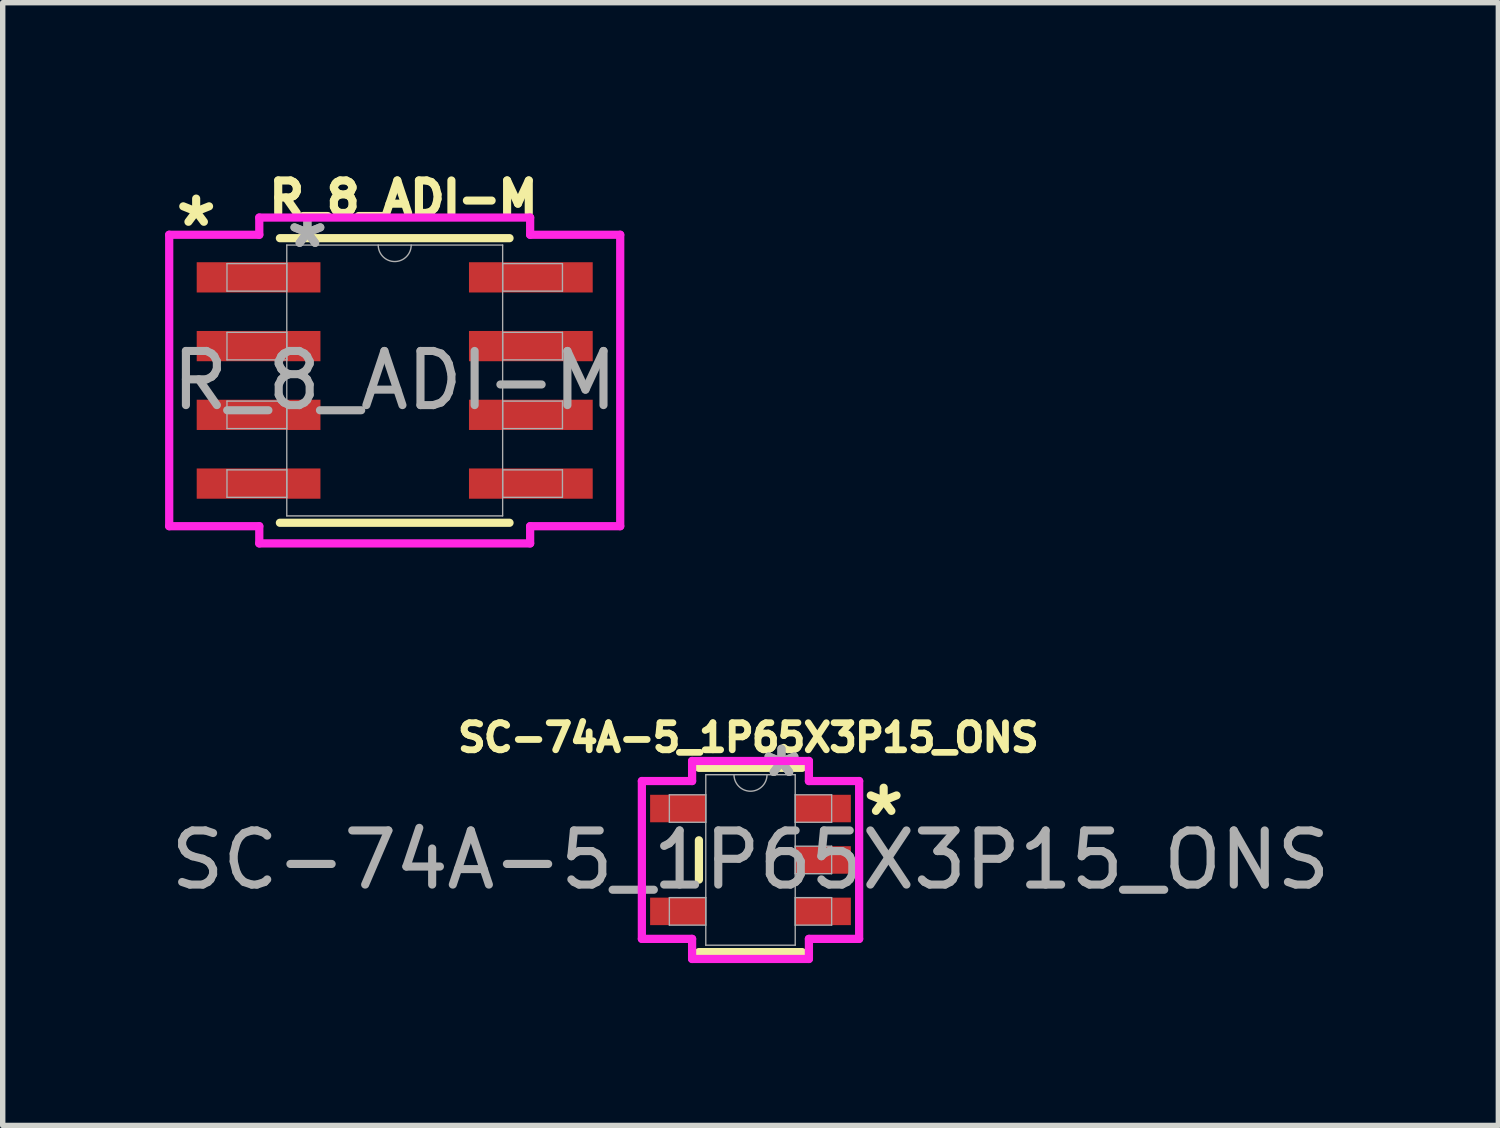
<source format=kicad_pcb>
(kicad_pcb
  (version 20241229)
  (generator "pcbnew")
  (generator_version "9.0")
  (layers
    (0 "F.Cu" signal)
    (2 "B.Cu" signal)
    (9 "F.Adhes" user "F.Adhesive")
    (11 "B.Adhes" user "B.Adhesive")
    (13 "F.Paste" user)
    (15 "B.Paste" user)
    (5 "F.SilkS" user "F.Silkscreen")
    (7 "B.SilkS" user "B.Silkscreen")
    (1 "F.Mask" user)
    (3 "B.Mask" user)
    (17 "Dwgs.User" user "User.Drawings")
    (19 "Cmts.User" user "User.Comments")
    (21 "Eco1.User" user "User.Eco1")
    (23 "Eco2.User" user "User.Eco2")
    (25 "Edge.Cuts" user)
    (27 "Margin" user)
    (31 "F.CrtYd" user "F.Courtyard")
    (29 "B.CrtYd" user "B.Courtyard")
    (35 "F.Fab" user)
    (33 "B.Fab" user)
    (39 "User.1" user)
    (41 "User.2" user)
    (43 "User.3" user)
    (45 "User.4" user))
  (footprint "R_8_ADI-M"
    (layer "F.Cu")
    (at 4.242 3.979)
    (property "Reference" "R_8_ADI-M" (at 0.162 -3.365 0) (unlocked yes) (layer "F.SilkS") (effects (font (size 0.6 0.6) (thickness 0.15))))
    (attr smd)
    (fp_line (start -2.121 2.629) (end 2.121 2.629) (stroke (width 0.152) (type solid)) (layer "F.SilkS"))
    (fp_line (start 2.121 -2.629) (end -2.121 -2.629) (stroke (width 0.152) (type solid)) (layer "F.SilkS"))
    (fp_line (start -4.166 -2.692) (end -2.502 -2.692) (stroke (width 0.152) (type solid)) (layer "F.CrtYd"))
    (fp_line (start -4.166 2.692) (end -4.166 -2.692) (stroke (width 0.152) (type solid)) (layer "F.CrtYd"))
    (fp_line (start -4.166 2.692) (end -2.502 2.692) (stroke (width 0.152) (type solid)) (layer "F.CrtYd"))
    (fp_line (start -2.502 -3.01) (end 2.502 -3.01) (stroke (width 0.152) (type solid)) (layer "F.CrtYd"))
    (fp_line (start -2.502 -2.692) (end -2.502 -3.01) (stroke (width 0.152) (type solid)) (layer "F.CrtYd"))
    (fp_line (start -2.502 3.01) (end -2.502 2.692) (stroke (width 0.152) (type solid)) (layer "F.CrtYd"))
    (fp_line (start 2.502 -3.01) (end 2.502 -2.692) (stroke (width 0.152) (type solid)) (layer "F.CrtYd"))
    (fp_line (start 2.502 2.692) (end 2.502 3.01) (stroke (width 0.152) (type solid)) (layer "F.CrtYd"))
    (fp_line (start 2.502 3.01) (end -2.502 3.01) (stroke (width 0.152) (type solid)) (layer "F.CrtYd"))
    (fp_line (start 4.166 -2.692) (end 2.502 -2.692) (stroke (width 0.152) (type solid)) (layer "F.CrtYd"))
    (fp_line (start 4.166 -2.692) (end 4.166 2.692) (stroke (width 0.152) (type solid)) (layer "F.CrtYd"))
    (fp_line (start 4.166 2.692) (end 2.502 2.692) (stroke (width 0.152) (type solid)) (layer "F.CrtYd"))
    (fp_line (start -3.099 -2.159) (end -3.099 -1.651) (stroke (width 0.025) (type solid)) (layer "F.Fab"))
    (fp_line (start -3.099 -1.651) (end -1.994 -1.651) (stroke (width 0.025) (type solid)) (layer "F.Fab"))
    (fp_line (start -3.099 -0.889) (end -3.099 -0.381) (stroke (width 0.025) (type solid)) (layer "F.Fab"))
    (fp_line (start -3.099 -0.381) (end -1.994 -0.381) (stroke (width 0.025) (type solid)) (layer "F.Fab"))
    (fp_line (start -3.099 0.381) (end -3.099 0.889) (stroke (width 0.025) (type solid)) (layer "F.Fab"))
    (fp_line (start -3.099 0.889) (end -1.994 0.889) (stroke (width 0.025) (type solid)) (layer "F.Fab"))
    (fp_line (start -3.099 1.651) (end -3.099 2.159) (stroke (width 0.025) (type solid)) (layer "F.Fab"))
    (fp_line (start -3.099 2.159) (end -1.994 2.159) (stroke (width 0.025) (type solid)) (layer "F.Fab"))
    (fp_line (start -1.994 -2.502) (end -1.994 2.502) (stroke (width 0.025) (type solid)) (layer "F.Fab"))
    (fp_line (start -1.994 -2.159) (end -3.099 -2.159) (stroke (width 0.025) (type solid)) (layer "F.Fab"))
    (fp_line (start -1.994 -1.651) (end -1.994 -2.159) (stroke (width 0.025) (type solid)) (layer "F.Fab"))
    (fp_line (start -1.994 -0.889) (end -3.099 -0.889) (stroke (width 0.025) (type solid)) (layer "F.Fab"))
    (fp_line (start -1.994 -0.381) (end -1.994 -0.889) (stroke (width 0.025) (type solid)) (layer "F.Fab"))
    (fp_line (start -1.994 0.381) (end -3.099 0.381) (stroke (width 0.025) (type solid)) (layer "F.Fab"))
    (fp_line (start -1.994 0.889) (end -1.994 0.381) (stroke (width 0.025) (type solid)) (layer "F.Fab"))
    (fp_line (start -1.994 1.651) (end -3.099 1.651) (stroke (width 0.025) (type solid)) (layer "F.Fab"))
    (fp_line (start -1.994 2.159) (end -1.994 1.651) (stroke (width 0.025) (type solid)) (layer "F.Fab"))
    (fp_line (start -1.994 2.502) (end 1.994 2.502) (stroke (width 0.025) (type solid)) (layer "F.Fab"))
    (fp_line (start 1.994 -2.502) (end -1.994 -2.502) (stroke (width 0.025) (type solid)) (layer "F.Fab"))
    (fp_line (start 1.994 -2.159) (end 1.994 -1.651) (stroke (width 0.025) (type solid)) (layer "F.Fab"))
    (fp_line (start 1.994 -1.651) (end 3.099 -1.651) (stroke (width 0.025) (type solid)) (layer "F.Fab"))
    (fp_line (start 1.994 -0.889) (end 1.994 -0.381) (stroke (width 0.025) (type solid)) (layer "F.Fab"))
    (fp_line (start 1.994 -0.381) (end 3.099 -0.381) (stroke (width 0.025) (type solid)) (layer "F.Fab"))
    (fp_line (start 1.994 0.381) (end 1.994 0.889) (stroke (width 0.025) (type solid)) (layer "F.Fab"))
    (fp_line (start 1.994 0.889) (end 3.099 0.889) (stroke (width 0.025) (type solid)) (layer "F.Fab"))
    (fp_line (start 1.994 1.651) (end 1.994 2.159) (stroke (width 0.025) (type solid)) (layer "F.Fab"))
    (fp_line (start 1.994 2.159) (end 3.099 2.159) (stroke (width 0.025) (type solid)) (layer "F.Fab"))
    (fp_line (start 1.994 2.502) (end 1.994 -2.502) (stroke (width 0.025) (type solid)) (layer "F.Fab"))
    (fp_line (start 3.099 -2.159) (end 1.994 -2.159) (stroke (width 0.025) (type solid)) (layer "F.Fab"))
    (fp_line (start 3.099 -1.651) (end 3.099 -2.159) (stroke (width 0.025) (type solid)) (layer "F.Fab"))
    (fp_line (start 3.099 -0.889) (end 1.994 -0.889) (stroke (width 0.025) (type solid)) (layer "F.Fab"))
    (fp_line (start 3.099 -0.381) (end 3.099 -0.889) (stroke (width 0.025) (type solid)) (layer "F.Fab"))
    (fp_line (start 3.099 0.381) (end 1.994 0.381) (stroke (width 0.025) (type solid)) (layer "F.Fab"))
    (fp_line (start 3.099 0.889) (end 3.099 0.381) (stroke (width 0.025) (type solid)) (layer "F.Fab"))
    (fp_line (start 3.099 1.651) (end 1.994 1.651) (stroke (width 0.025) (type solid)) (layer "F.Fab"))
    (fp_line (start 3.099 2.159) (end 3.099 1.651) (stroke (width 0.025) (type solid)) (layer "F.Fab"))
    (fp_arc (start 0.3048 -2.5019) (mid 0 -2.1971) (end -0.3048 -2.5019) (stroke (width 0.0254) (type solid)) (layer "F.Fab"))
    (fp_text user "*" (at -3.668 -2.815 0) (layer "F.SilkS") (effects (font (size 1 1) (thickness 0.15))))
    (fp_text user "${REFERENCE}" (at 0 0 0) (unlocked yes) (layer "F.Fab") (effects (font (size 1 1) (thickness 0.15))))
    (fp_text user "*" (at -1.613 -2.426 0) (layer "F.Fab") (effects (font (size 1 1) (thickness 0.15))))
    (fp_text user "*" (at -1.613 -2.426 0) (unlocked yes) (layer "F.Fab") (effects (font (size 1 1) (thickness 0.15))))
    (pad "1" smd rect (at -2.515 -1.905) (size 2.286 0.559) (layers "F.Cu" "F.Mask" "F.Paste"))
    (pad "2" smd rect (at -2.515 -0.635) (size 2.286 0.559) (layers "F.Cu" "F.Mask" "F.Paste"))
    (pad "3" smd rect (at -2.515 0.635) (size 2.286 0.559) (layers "F.Cu" "F.Mask" "F.Paste"))
    (pad "4" smd rect (at -2.515 1.905) (size 2.286 0.559) (layers "F.Cu" "F.Mask" "F.Paste"))
    (pad "5" smd rect (at 2.515 1.905) (size 2.286 0.559) (layers "F.Cu" "F.Mask" "F.Paste"))
    (pad "6" smd rect (at 2.515 0.635) (size 2.286 0.559) (layers "F.Cu" "F.Mask" "F.Paste"))
    (pad "7" smd rect (at 2.515 -0.635) (size 2.286 0.559) (layers "F.Cu" "F.Mask" "F.Paste"))
    (pad "8" smd rect (at 2.515 -1.905) (size 2.286 0.559) (layers "F.Cu" "F.Mask" "F.Paste")))
  (footprint "SC-74A-5_1P65X3P15_ONS"
    (layer "F.Cu")
    (at 10.815 12.837)
    (property "Reference" "SC-74A-5_1P65X3P15_ONS" (at -0.04 -2.26 0) (unlocked yes) (layer "F.SilkS") (effects (font (size 0.5 0.5) (thickness 0.125))))
    (attr smd)
    (fp_line (start -0.953 -1.702) (end 0.953 -1.702) (stroke (width 0.152) (type solid)) (layer "F.SilkS"))
    (fp_line (start -0.953 0.363) (end -0.953 -0.363) (stroke (width 0.152) (type solid)) (layer "F.SilkS"))
    (fp_line (start 0.953 1.702) (end -0.953 1.702) (stroke (width 0.152) (type solid)) (layer "F.SilkS"))
    (fp_line (start -2.007 -1.458) (end -2.007 1.458) (stroke (width 0.152) (type solid)) (layer "F.CrtYd"))
    (fp_line (start -2.007 1.458) (end -1.079 1.458) (stroke (width 0.152) (type solid)) (layer "F.CrtYd"))
    (fp_line (start -1.079 -1.829) (end -1.079 -1.458) (stroke (width 0.152) (type solid)) (layer "F.CrtYd"))
    (fp_line (start -1.079 -1.458) (end -2.007 -1.458) (stroke (width 0.152) (type solid)) (layer "F.CrtYd"))
    (fp_line (start -1.079 1.458) (end -1.079 1.829) (stroke (width 0.152) (type solid)) (layer "F.CrtYd"))
    (fp_line (start -1.079 1.829) (end 1.079 1.829) (stroke (width 0.152) (type solid)) (layer "F.CrtYd"))
    (fp_line (start 1.079 -1.829) (end -1.079 -1.829) (stroke (width 0.152) (type solid)) (layer "F.CrtYd"))
    (fp_line (start 1.079 -1.458) (end 1.079 -1.829) (stroke (width 0.152) (type solid)) (layer "F.CrtYd"))
    (fp_line (start 1.079 1.458) (end 2.007 1.458) (stroke (width 0.152) (type solid)) (layer "F.CrtYd"))
    (fp_line (start 1.079 1.829) (end 1.079 1.458) (stroke (width 0.152) (type solid)) (layer "F.CrtYd"))
    (fp_line (start 2.007 -1.458) (end 1.079 -1.458) (stroke (width 0.152) (type solid)) (layer "F.CrtYd"))
    (fp_line (start 2.007 1.458) (end 2.007 -1.458) (stroke (width 0.152) (type solid)) (layer "F.CrtYd"))
    (fp_line (start -1.499 -1.204) (end -0.826 -1.204) (stroke (width 0.025) (type solid)) (layer "F.Fab"))
    (fp_line (start -1.499 -0.696) (end -1.499 -1.204) (stroke (width 0.025) (type solid)) (layer "F.Fab"))
    (fp_line (start -1.499 0.696) (end -0.826 0.696) (stroke (width 0.025) (type solid)) (layer "F.Fab"))
    (fp_line (start -1.499 1.204) (end -1.499 0.696) (stroke (width 0.025) (type solid)) (layer "F.Fab"))
    (fp_line (start -0.826 -1.575) (end 0.826 -1.575) (stroke (width 0.025) (type solid)) (layer "F.Fab"))
    (fp_line (start -0.826 -1.204) (end -0.826 -0.696) (stroke (width 0.025) (type solid)) (layer "F.Fab"))
    (fp_line (start -0.826 -0.696) (end -1.499 -0.696) (stroke (width 0.025) (type solid)) (layer "F.Fab"))
    (fp_line (start -0.826 0.696) (end -0.826 1.204) (stroke (width 0.025) (type solid)) (layer "F.Fab"))
    (fp_line (start -0.826 1.204) (end -1.499 1.204) (stroke (width 0.025) (type solid)) (layer "F.Fab"))
    (fp_line (start -0.826 1.575) (end -0.826 -1.575) (stroke (width 0.025) (type solid)) (layer "F.Fab"))
    (fp_line (start 0.826 -1.575) (end 0.826 1.575) (stroke (width 0.025) (type solid)) (layer "F.Fab"))
    (fp_line (start 0.826 -1.204) (end 1.499 -1.204) (stroke (width 0.025) (type solid)) (layer "F.Fab"))
    (fp_line (start 0.826 -0.696) (end 0.826 -1.204) (stroke (width 0.025) (type solid)) (layer "F.Fab"))
    (fp_line (start 0.826 -0.254) (end 1.499 -0.254) (stroke (width 0.025) (type solid)) (layer "F.Fab"))
    (fp_line (start 0.826 0.254) (end 0.826 -0.254) (stroke (width 0.025) (type solid)) (layer "F.Fab"))
    (fp_line (start 0.826 0.696) (end 1.499 0.696) (stroke (width 0.025) (type solid)) (layer "F.Fab"))
    (fp_line (start 0.826 1.204) (end 0.826 0.696) (stroke (width 0.025) (type solid)) (layer "F.Fab"))
    (fp_line (start 0.826 1.575) (end -0.826 1.575) (stroke (width 0.025) (type solid)) (layer "F.Fab"))
    (fp_line (start 1.499 -1.204) (end 1.499 -0.696) (stroke (width 0.025) (type solid)) (layer "F.Fab"))
    (fp_line (start 1.499 -0.696) (end 0.826 -0.696) (stroke (width 0.025) (type solid)) (layer "F.Fab"))
    (fp_line (start 1.499 -0.254) (end 1.499 0.254) (stroke (width 0.025) (type solid)) (layer "F.Fab"))
    (fp_line (start 1.499 0.254) (end 0.826 0.254) (stroke (width 0.025) (type solid)) (layer "F.Fab"))
    (fp_line (start 1.499 0.696) (end 1.499 1.204) (stroke (width 0.025) (type solid)) (layer "F.Fab"))
    (fp_line (start 1.499 1.204) (end 0.826 1.204) (stroke (width 0.025) (type solid)) (layer "F.Fab"))
    (fp_arc (start 0.3048 -1.5748) (mid 0 -1.27) (end -0.3048 -1.5748) (stroke (width 0.0254) (type solid)) (layer "F.Fab"))
    (fp_text user "*" (at 2.46 -0.79 0) (unlocked yes) (layer "F.SilkS") (effects (font (size 1 1) (thickness 0.15))))
    (fp_text user "*" (at 0.572 -1.509 0) (unlocked yes) (layer "F.Fab") (effects (font (size 1 1) (thickness 0.15))))
    (fp_text user "*" (at 0.572 -1.509 180) (layer "F.Fab") (effects (font (size 1 1) (thickness 0.15))))
    (fp_text user "${REFERENCE}" (at 0 0 0) (unlocked yes) (layer "F.Fab") (effects (font (size 1 1) (thickness 0.15))))
    (pad "1" smd rect (at 1.34 -0.95) (size 1.029 0.508) (layers "F.Cu" "F.Mask" "F.Paste"))
    (pad "2" smd rect (at 1.34 0) (size 1.029 0.508) (layers "F.Cu" "F.Mask" "F.Paste"))
    (pad "3" smd rect (at 1.34 0.95) (size 1.029 0.508) (layers "F.Cu" "F.Mask" "F.Paste"))
    (pad "4" smd rect (at -1.34 0.95) (size 1.029 0.508) (layers "F.Cu" "F.Mask" "F.Paste"))
    (pad "5" smd rect (at -1.34 -0.95) (size 1.029 0.508) (layers "F.Cu" "F.Mask" "F.Paste")))
  (gr_rect
    (start -3 -3)
    (end 24.631 17.742)
    (stroke (width 0.1) (type default))
    (fill no)
    (layer "Edge.Cuts")))
</source>
